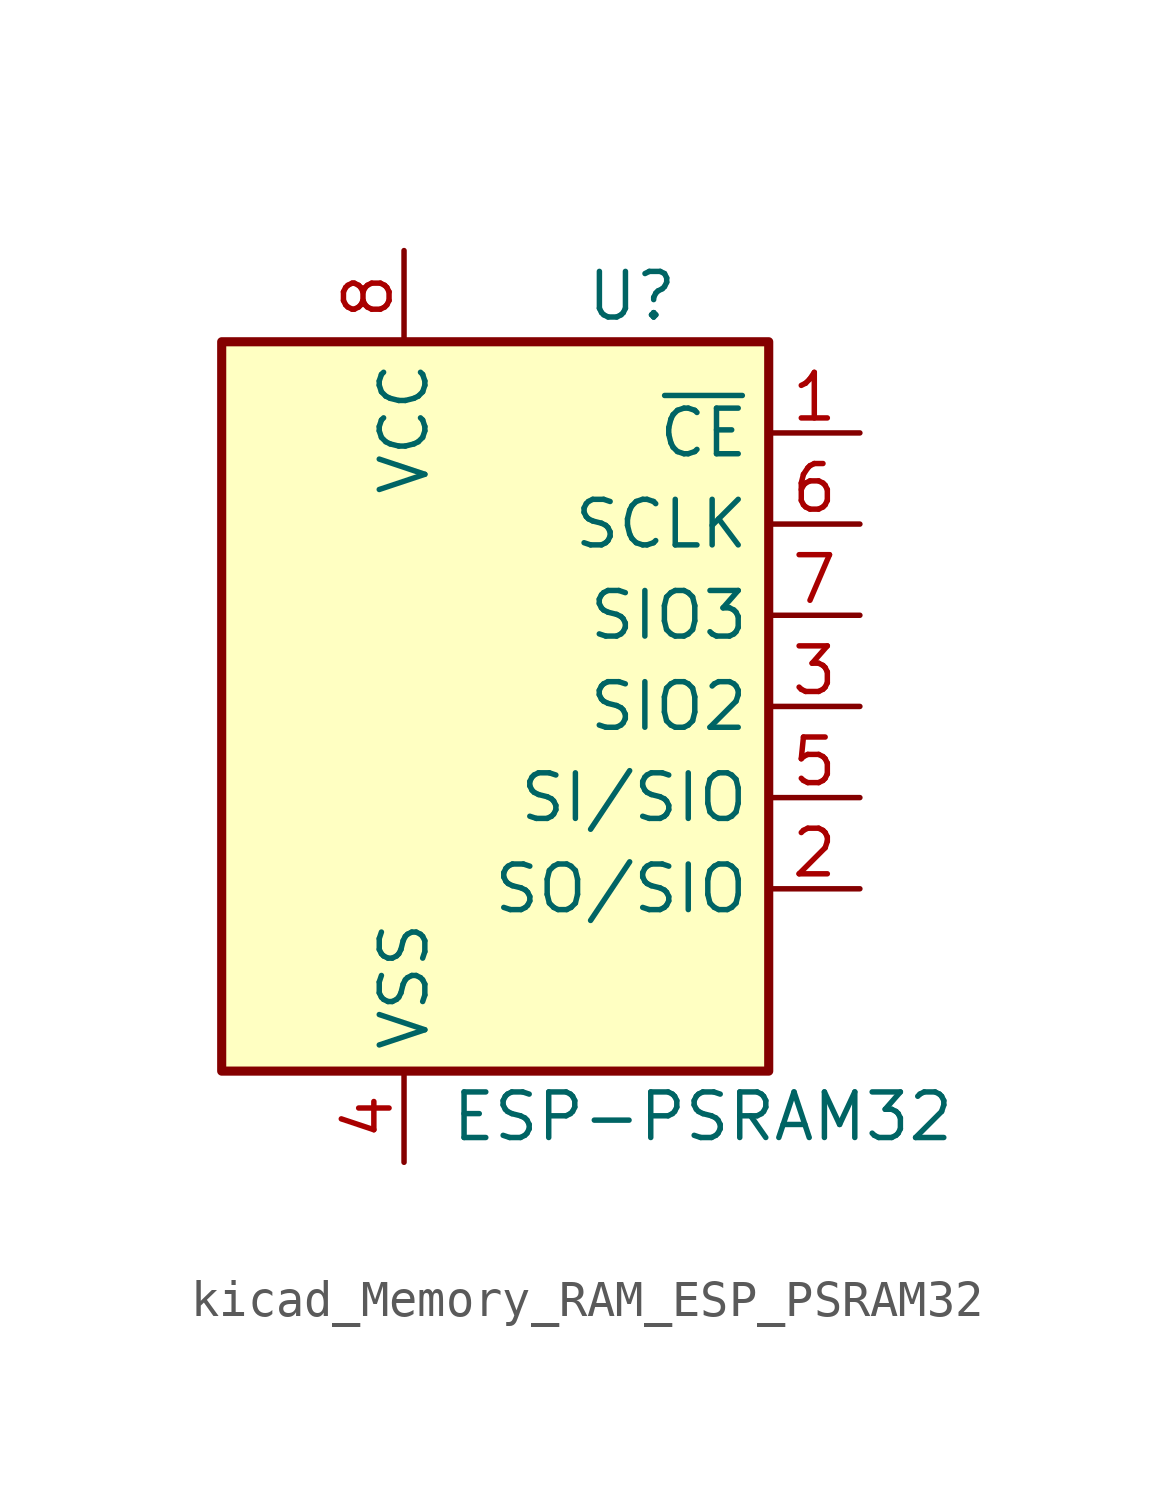
<source format=kicad_sym>
(kicad_symbol_lib
  (version 20220914)
  (generator kicad_symbol_editor)
  (symbol "kicad_Memory_RAM_ESP_PSRAM32"
    (property "Reference" "U"
      (at 3.81 11.43 0)
      (effects (font (size 1.27 1.27))))
    (property "Value" "ESP-PSRAM32"
      (at -1.27 -11.43 0)
      (effects (font (size 1.27 1.27)) (justify left)))
    (symbol "kicad_Memory_RAM_ESP_PSRAM32_0_1"
      (rectangle (start -7.62 10.16) (end 7.62 -10.16) (stroke (width 0.254) (type default)) (fill (type background))))
    (symbol "kicad_Memory_RAM_ESP_PSRAM32_1_1"
      (pin input line (at 10.16 7.62 180) (length 2.54) (name "~{CE}" (effects (font (size 1.27 1.27)))) (number "1" (effects (font (size 1.27 1.27)))))
      (pin output line (at 10.16 -5.08 180) (length 2.54) (name "SO/SIO" (effects (font (size 1.27 1.27)))) (number "2" (effects (font (size 1.27 1.27)))))
      (pin bidirectional line (at 10.16 0 180) (length 2.54) (name "SIO2" (effects (font (size 1.27 1.27)))) (number "3" (effects (font (size 1.27 1.27)))))
      (pin power_in line (at -2.54 -12.7 90) (length 2.54) (name "VSS" (effects (font (size 1.27 1.27)))) (number "4" (effects (font (size 1.27 1.27)))))
      (pin input line (at 10.16 -2.54 180) (length 2.54) (name "SI/SIO" (effects (font (size 1.27 1.27)))) (number "5" (effects (font (size 1.27 1.27)))))
      (pin output line (at 10.16 5.08 180) (length 2.54) (name "SCLK" (effects (font (size 1.27 1.27)))) (number "6" (effects (font (size 1.27 1.27)))))
      (pin bidirectional line (at 10.16 2.54 180) (length 2.54) (name "SIO3" (effects (font (size 1.27 1.27)))) (number "7" (effects (font (size 1.27 1.27)))))
      (pin power_in line (at -2.54 12.7 270) (length 2.54) (name "VCC" (effects (font (size 1.27 1.27)))) (number "8" (effects (font (size 1.27 1.27))))))))
</source>
